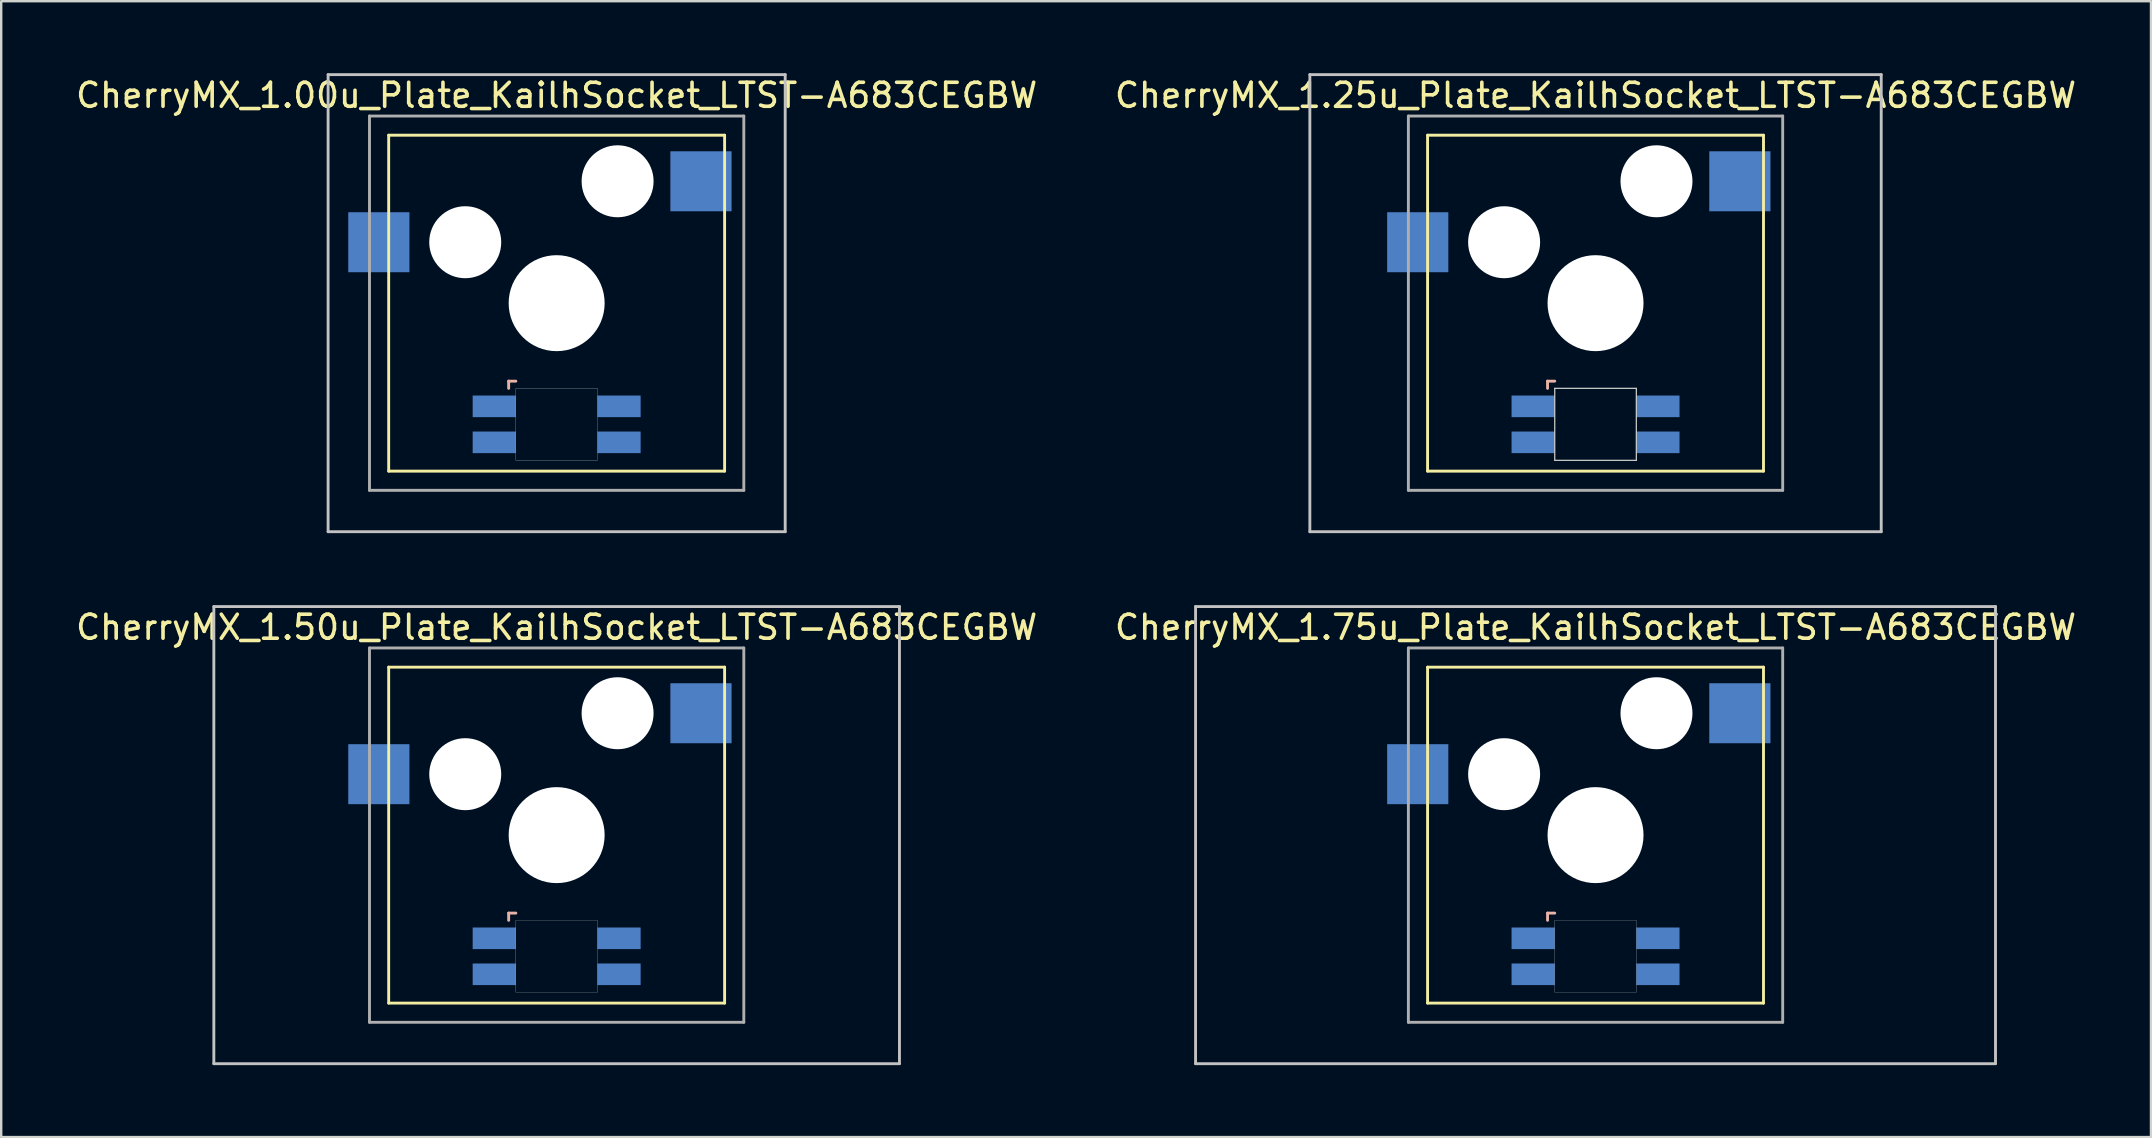
<source format=kicad_pcb>
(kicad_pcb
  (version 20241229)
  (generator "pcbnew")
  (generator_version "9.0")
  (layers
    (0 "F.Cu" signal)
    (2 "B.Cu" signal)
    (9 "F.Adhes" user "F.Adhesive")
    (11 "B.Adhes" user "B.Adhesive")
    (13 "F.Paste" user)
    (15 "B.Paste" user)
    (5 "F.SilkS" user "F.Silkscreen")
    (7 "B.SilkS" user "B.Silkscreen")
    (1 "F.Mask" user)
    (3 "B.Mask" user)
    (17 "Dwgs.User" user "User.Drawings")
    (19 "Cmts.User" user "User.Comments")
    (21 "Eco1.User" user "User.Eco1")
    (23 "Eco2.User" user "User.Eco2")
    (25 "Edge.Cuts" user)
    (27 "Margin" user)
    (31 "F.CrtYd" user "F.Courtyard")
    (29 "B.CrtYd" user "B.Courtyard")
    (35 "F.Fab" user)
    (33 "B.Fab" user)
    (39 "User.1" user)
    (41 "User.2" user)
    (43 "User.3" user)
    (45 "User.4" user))
  (footprint "CherryMX_1.75u_Plate_KailhSocket_LTST-A683CEGBW"
    (layer "F.Cu")
    (at 63.446 31.755)
    (property "Reference" "CherryMX_1.75u_Plate_KailhSocket_LTST-A683CEGBW" (at 0 -8.662 0) (layer "F.SilkS") (effects (font (size 1 1) (thickness 0.15))))
    (attr through_hole)
    (fp_line (start -7 -7) (end -7 7) (stroke (width 0.12) (type solid)) (layer "F.SilkS"))
    (fp_line (start -7 -7) (end 7 -7) (stroke (width 0.12) (type solid)) (layer "F.SilkS"))
    (fp_line (start 7 -7) (end 7 7) (stroke (width 0.12) (type solid)) (layer "F.SilkS"))
    (fp_line (start 7 7) (end -7 7) (stroke (width 0.12) (type solid)) (layer "F.SilkS"))
    (fp_line (start -2 3.25) (end -2 3.55) (stroke (width 0.12) (type solid)) (layer "B.SilkS"))
    (fp_line (start -1.7 3.25) (end -2 3.25) (stroke (width 0.12) (type solid)) (layer "B.SilkS"))
    (fp_line (start -16.669 -9.525) (end 16.669 -9.525) (stroke (width 0.12) (type solid)) (layer "Dwgs.User"))
    (fp_line (start -16.669 9.525) (end -16.669 -9.525) (stroke (width 0.12) (type solid)) (layer "Dwgs.User"))
    (fp_line (start 16.669 -9.525) (end 16.669 9.525) (stroke (width 0.12) (type solid)) (layer "Dwgs.User"))
    (fp_line (start 16.669 9.525) (end -16.669 9.525) (stroke (width 0.12) (type solid)) (layer "Dwgs.User"))
    (fp_poly (pts (xy 1.7 6.55) (xy -1.7 6.55) (xy -1.7 3.55) (xy 1.7 3.55)) (stroke (width 0.01) (type solid)) (fill no) (layer "Edge.Cuts"))
    (fp_line (start -7.8 -7.8) (end -7.8 7.8) (stroke (width 0.12) (type solid)) (layer "F.Fab"))
    (fp_line (start -7.8 -7.8) (end 7.8 -7.8) (stroke (width 0.12) (type solid)) (layer "F.Fab"))
    (fp_line (start -7.8 7.8) (end 7.8 7.8) (stroke (width 0.12) (type solid)) (layer "F.Fab"))
    (fp_line (start 7.8 -7.8) (end 7.8 7.8) (stroke (width 0.12) (type solid)) (layer "F.Fab"))
    (pad "" np_thru_hole circle (at -3.81 -2.54) (size 3 3) (drill 3) (layers "*.Cu" "*.Mask"))
    (pad "" np_thru_hole circle (at 0 0) (size 4 4) (drill 4) (layers "*.Cu" "*.Mask"))
    (pad "" np_thru_hole circle (at 2.54 -5.08) (size 3 3) (drill 3) (layers "*.Cu" "*.Mask"))
    (pad "1" smd rect (at -7.41 -2.54) (size 2.55 2.5) (layers "B.Cu" "B.Mask" "B.Paste"))
    (pad "2" smd rect (at 6.015 -5.08) (size 2.55 2.5) (layers "B.Cu" "B.Mask" "B.Paste"))
    (pad "3" smd rect (at -2.6 4.3) (size 1.8 0.9) (layers "B.Cu" "B.Mask" "B.Paste"))
    (pad "4" smd rect (at -2.6 5.8) (size 1.8 0.9) (layers "B.Cu" "B.Mask" "B.Paste"))
    (pad "5" smd rect (at 2.6 4.3) (size 1.8 0.9) (layers "B.Cu" "B.Mask" "B.Paste"))
    (pad "6" smd rect (at 2.6 5.8) (size 1.8 0.9) (layers "B.Cu" "B.Mask" "B.Paste")))
  (footprint "CherryMX_1.25u_Plate_KailhSocket_LTST-A683CEGBW"
    (layer "F.Cu")
    (at 63.446 9.585)
    (property "Reference" "CherryMX_1.25u_Plate_KailhSocket_LTST-A683CEGBW" (at 0 -8.662 0) (layer "F.SilkS") (effects (font (size 1 1) (thickness 0.15))))
    (attr through_hole)
    (fp_line (start -7 -7) (end -7 7) (stroke (width 0.12) (type solid)) (layer "F.SilkS"))
    (fp_line (start -7 -7) (end 7 -7) (stroke (width 0.12) (type solid)) (layer "F.SilkS"))
    (fp_line (start 7 -7) (end 7 7) (stroke (width 0.12) (type solid)) (layer "F.SilkS"))
    (fp_line (start 7 7) (end -7 7) (stroke (width 0.12) (type solid)) (layer "F.SilkS"))
    (fp_line (start -2 3.25) (end -2 3.55) (stroke (width 0.12) (type solid)) (layer "B.SilkS"))
    (fp_line (start -1.7 3.25) (end -2 3.25) (stroke (width 0.12) (type solid)) (layer "B.SilkS"))
    (fp_line (start -11.906 -9.525) (end 11.906 -9.525) (stroke (width 0.12) (type solid)) (layer "Dwgs.User"))
    (fp_line (start -11.906 9.525) (end -11.906 -9.525) (stroke (width 0.12) (type solid)) (layer "Dwgs.User"))
    (fp_line (start 11.906 -9.525) (end 11.906 9.525) (stroke (width 0.12) (type solid)) (layer "Dwgs.User"))
    (fp_line (start 11.906 9.525) (end -11.906 9.525) (stroke (width 0.12) (type solid)) (layer "Dwgs.User"))
    (fp_line (start -1.7 3.55) (end 1.7 3.55) (stroke (width 0.05) (type solid)) (layer "Edge.Cuts"))
    (fp_line (start -1.7 6.55) (end -1.7 3.55) (stroke (width 0.05) (type solid)) (layer "Edge.Cuts"))
    (fp_line (start 1.7 3.55) (end 1.7 6.55) (stroke (width 0.05) (type solid)) (layer "Edge.Cuts"))
    (fp_line (start 1.7 6.55) (end -1.7 6.55) (stroke (width 0.05) (type solid)) (layer "Edge.Cuts"))
    (fp_line (start -7.8 -7.8) (end -7.8 7.8) (stroke (width 0.12) (type solid)) (layer "F.Fab"))
    (fp_line (start -7.8 -7.8) (end 7.8 -7.8) (stroke (width 0.12) (type solid)) (layer "F.Fab"))
    (fp_line (start -7.8 7.8) (end 7.8 7.8) (stroke (width 0.12) (type solid)) (layer "F.Fab"))
    (fp_line (start 7.8 -7.8) (end 7.8 7.8) (stroke (width 0.12) (type solid)) (layer "F.Fab"))
    (pad "" np_thru_hole circle (at -3.81 -2.54) (size 3 3) (drill 3) (layers "*.Cu" "*.Mask"))
    (pad "" np_thru_hole circle (at 0 0) (size 4 4) (drill 4) (layers "*.Cu" "*.Mask"))
    (pad "" np_thru_hole circle (at 2.54 -5.08) (size 3 3) (drill 3) (layers "*.Cu" "*.Mask"))
    (pad "1" smd rect (at -7.41 -2.54) (size 2.55 2.5) (layers "B.Cu" "B.Mask" "B.Paste"))
    (pad "2" smd rect (at 6.015 -5.08) (size 2.55 2.5) (layers "B.Cu" "B.Mask" "B.Paste"))
    (pad "3" smd rect (at -2.6 4.3) (size 1.8 0.9) (layers "B.Cu" "B.Mask" "B.Paste"))
    (pad "4" smd rect (at -2.6 5.8) (size 1.8 0.9) (layers "B.Cu" "B.Mask" "B.Paste"))
    (pad "5" smd rect (at 2.6 4.3) (size 1.8 0.9) (layers "B.Cu" "B.Mask" "B.Paste"))
    (pad "6" smd rect (at 2.6 5.8) (size 1.8 0.9) (layers "B.Cu" "B.Mask" "B.Paste")))
  (footprint "CherryMX_1.00u_Plate_KailhSocket_LTST-A683CEGBW"
    (layer "F.Cu")
    (at 20.149 9.585)
    (property "Reference" "CherryMX_1.00u_Plate_KailhSocket_LTST-A683CEGBW" (at 0 -8.662 0) (layer "F.SilkS") (effects (font (size 1 1) (thickness 0.15))))
    (attr through_hole)
    (fp_line (start -7 -7) (end -7 7) (stroke (width 0.12) (type solid)) (layer "F.SilkS"))
    (fp_line (start -7 -7) (end 7 -7) (stroke (width 0.12) (type solid)) (layer "F.SilkS"))
    (fp_line (start 7 -7) (end 7 7) (stroke (width 0.12) (type solid)) (layer "F.SilkS"))
    (fp_line (start 7 7) (end -7 7) (stroke (width 0.12) (type solid)) (layer "F.SilkS"))
    (fp_line (start -2 3.25) (end -2 3.55) (stroke (width 0.12) (type solid)) (layer "B.SilkS"))
    (fp_line (start -1.7 3.25) (end -2 3.25) (stroke (width 0.12) (type solid)) (layer "B.SilkS"))
    (fp_line (start -9.525 -9.525) (end 9.525 -9.525) (stroke (width 0.12) (type solid)) (layer "Dwgs.User"))
    (fp_line (start -9.525 9.525) (end -9.525 -9.525) (stroke (width 0.12) (type solid)) (layer "Dwgs.User"))
    (fp_line (start 9.525 -9.525) (end 9.525 9.525) (stroke (width 0.12) (type solid)) (layer "Dwgs.User"))
    (fp_line (start 9.525 9.525) (end -9.525 9.525) (stroke (width 0.12) (type solid)) (layer "Dwgs.User"))
    (fp_poly (pts (xy 1.7 6.55) (xy -1.7 6.55) (xy -1.7 3.55) (xy 1.7 3.55)) (stroke (width 0.01) (type solid)) (fill no) (layer "Edge.Cuts"))
    (fp_line (start -7.8 -7.8) (end -7.8 7.8) (stroke (width 0.12) (type solid)) (layer "F.Fab"))
    (fp_line (start -7.8 -7.8) (end 7.8 -7.8) (stroke (width 0.12) (type solid)) (layer "F.Fab"))
    (fp_line (start -7.8 7.8) (end 7.8 7.8) (stroke (width 0.12) (type solid)) (layer "F.Fab"))
    (fp_line (start 7.8 -7.8) (end 7.8 7.8) (stroke (width 0.12) (type solid)) (layer "F.Fab"))
    (pad "" np_thru_hole circle (at -3.81 -2.54) (size 3 3) (drill 3) (layers "*.Cu" "*.Mask"))
    (pad "" np_thru_hole circle (at 0 0) (size 4 4) (drill 4) (layers "*.Cu" "*.Mask"))
    (pad "" np_thru_hole circle (at 2.54 -5.08) (size 3 3) (drill 3) (layers "*.Cu" "*.Mask"))
    (pad "1" smd rect (at -7.41 -2.54) (size 2.55 2.5) (layers "B.Cu" "B.Mask" "B.Paste"))
    (pad "2" smd rect (at 6.015 -5.08) (size 2.55 2.5) (layers "B.Cu" "B.Mask" "B.Paste"))
    (pad "3" smd rect (at -2.6 4.3) (size 1.8 0.9) (layers "B.Cu" "B.Mask" "B.Paste"))
    (pad "4" smd rect (at -2.6 5.8) (size 1.8 0.9) (layers "B.Cu" "B.Mask" "B.Paste"))
    (pad "5" smd rect (at 2.6 4.3) (size 1.8 0.9) (layers "B.Cu" "B.Mask" "B.Paste"))
    (pad "6" smd rect (at 2.6 5.8) (size 1.8 0.9) (layers "B.Cu" "B.Mask" "B.Paste")))
  (footprint "CherryMX_1.50u_Plate_KailhSocket_LTST-A683CEGBW"
    (layer "F.Cu")
    (at 20.149 31.755)
    (property "Reference" "CherryMX_1.50u_Plate_KailhSocket_LTST-A683CEGBW" (at 0 -8.662 0) (layer "F.SilkS") (effects (font (size 1 1) (thickness 0.15))))
    (attr through_hole)
    (fp_line (start -7 -7) (end -7 7) (stroke (width 0.12) (type solid)) (layer "F.SilkS"))
    (fp_line (start -7 -7) (end 7 -7) (stroke (width 0.12) (type solid)) (layer "F.SilkS"))
    (fp_line (start 7 -7) (end 7 7) (stroke (width 0.12) (type solid)) (layer "F.SilkS"))
    (fp_line (start 7 7) (end -7 7) (stroke (width 0.12) (type solid)) (layer "F.SilkS"))
    (fp_line (start -2 3.25) (end -2 3.55) (stroke (width 0.12) (type solid)) (layer "B.SilkS"))
    (fp_line (start -1.7 3.25) (end -2 3.25) (stroke (width 0.12) (type solid)) (layer "B.SilkS"))
    (fp_line (start -14.287 -9.525) (end 14.287 -9.525) (stroke (width 0.12) (type solid)) (layer "Dwgs.User"))
    (fp_line (start -14.287 9.525) (end -14.287 -9.525) (stroke (width 0.12) (type solid)) (layer "Dwgs.User"))
    (fp_line (start 14.287 -9.525) (end 14.287 9.525) (stroke (width 0.12) (type solid)) (layer "Dwgs.User"))
    (fp_line (start 14.287 9.525) (end -14.287 9.525) (stroke (width 0.12) (type solid)) (layer "Dwgs.User"))
    (fp_poly (pts (xy 1.7 6.55) (xy -1.7 6.55) (xy -1.7 3.55) (xy 1.7 3.55)) (stroke (width 0.01) (type solid)) (fill no) (layer "Edge.Cuts"))
    (fp_line (start -7.8 -7.8) (end -7.8 7.8) (stroke (width 0.12) (type solid)) (layer "F.Fab"))
    (fp_line (start -7.8 -7.8) (end 7.8 -7.8) (stroke (width 0.12) (type solid)) (layer "F.Fab"))
    (fp_line (start -7.8 7.8) (end 7.8 7.8) (stroke (width 0.12) (type solid)) (layer "F.Fab"))
    (fp_line (start 7.8 -7.8) (end 7.8 7.8) (stroke (width 0.12) (type solid)) (layer "F.Fab"))
    (pad "" np_thru_hole circle (at -3.81 -2.54) (size 3 3) (drill 3) (layers "*.Cu" "*.Mask"))
    (pad "" np_thru_hole circle (at 0 0) (size 4 4) (drill 4) (layers "*.Cu" "*.Mask"))
    (pad "" np_thru_hole circle (at 2.54 -5.08) (size 3 3) (drill 3) (layers "*.Cu" "*.Mask"))
    (pad "1" smd rect (at -7.41 -2.54) (size 2.55 2.5) (layers "B.Cu" "B.Mask" "B.Paste"))
    (pad "2" smd rect (at 6.015 -5.08) (size 2.55 2.5) (layers "B.Cu" "B.Mask" "B.Paste"))
    (pad "3" smd rect (at -2.6 4.3) (size 1.8 0.9) (layers "B.Cu" "B.Mask" "B.Paste"))
    (pad "4" smd rect (at -2.6 5.8) (size 1.8 0.9) (layers "B.Cu" "B.Mask" "B.Paste"))
    (pad "5" smd rect (at 2.6 4.3) (size 1.8 0.9) (layers "B.Cu" "B.Mask" "B.Paste"))
    (pad "6" smd rect (at 2.6 5.8) (size 1.8 0.9) (layers "B.Cu" "B.Mask" "B.Paste")))
  (gr_rect
    (start -3 -3)
    (end 86.595 44.34)
    (stroke (width 0.1) (type default))
    (fill no)
    (layer "Edge.Cuts")))
</source>
